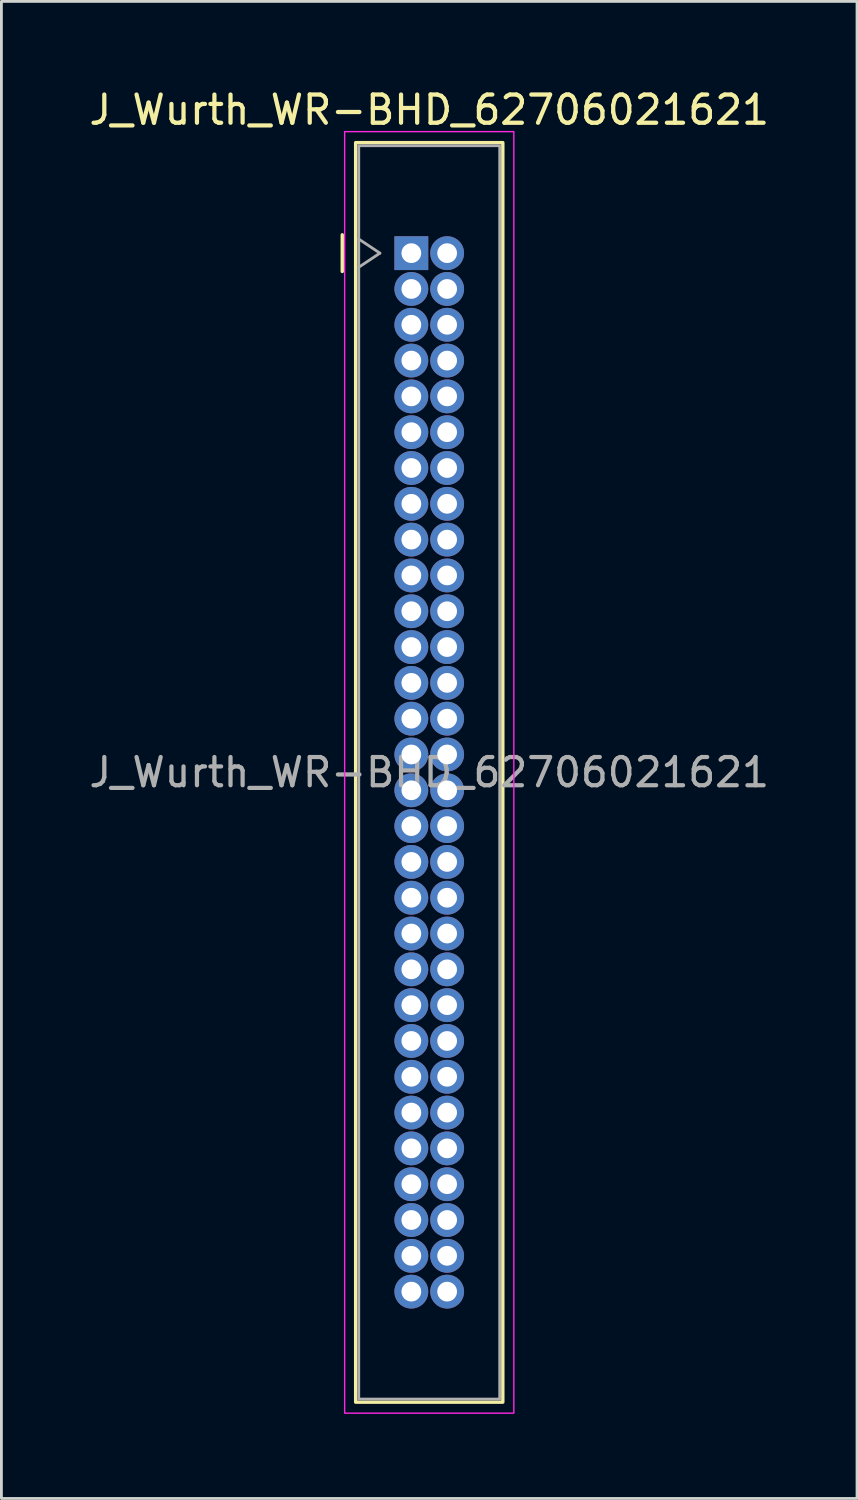
<source format=kicad_pcb>
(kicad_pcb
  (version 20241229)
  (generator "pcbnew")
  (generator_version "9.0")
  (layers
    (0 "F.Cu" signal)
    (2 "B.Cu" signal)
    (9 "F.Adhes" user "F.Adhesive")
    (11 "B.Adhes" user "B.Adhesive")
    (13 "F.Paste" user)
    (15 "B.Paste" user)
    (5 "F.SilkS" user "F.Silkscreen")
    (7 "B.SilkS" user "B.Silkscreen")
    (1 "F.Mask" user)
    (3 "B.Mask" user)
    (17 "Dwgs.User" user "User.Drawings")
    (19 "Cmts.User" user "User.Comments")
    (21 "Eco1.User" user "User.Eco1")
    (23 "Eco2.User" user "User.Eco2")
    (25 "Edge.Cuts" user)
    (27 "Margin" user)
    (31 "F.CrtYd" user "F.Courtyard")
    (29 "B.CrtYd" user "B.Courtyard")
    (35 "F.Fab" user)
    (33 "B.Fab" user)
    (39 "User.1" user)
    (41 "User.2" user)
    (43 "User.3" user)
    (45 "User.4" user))
  (footprint "J_Wurth_WR-BHD_62706021621"
    (layer "F.Cu")
    (at 11.538 5.928)
    (property "Reference" "J_Wurth_WR-BHD_62706021621" (at 0.635 -5.08 0) (unlocked yes) (layer "F.SilkS") (effects (font (size 1 1) (thickness 0.15))))
    (attr through_hole)
    (fp_line (start -2.45 -0.65) (end -2.45 0.65) (stroke (width 0.12) (type solid)) (layer "F.SilkS"))
    (fp_rect (start -1.975 -3.92) (end 3.245 40.75) (stroke (width 0.12) (type default)) (fill no) (layer "F.SilkS"))
    (fp_rect (start -2.365 -4.31) (end 3.635 41.14) (stroke (width 0.05) (type solid)) (fill no) (layer "F.CrtYd"))
    (fp_line (start -1.115 0) (end -1.865 -0.5) (stroke (width 0.1) (type solid)) (layer "F.Fab"))
    (fp_line (start -1.115 0) (end -1.865 0.5) (stroke (width 0.1) (type solid)) (layer "F.Fab"))
    (fp_rect (start -1.865 -3.81) (end 3.135 40.64) (stroke (width 0.1) (type solid)) (fill no) (layer "F.Fab"))
    (fp_text user "${REFERENCE}" (at 0.635 18.415 0) (unlocked yes) (layer "F.Fab") (effects (font (size 1 1) (thickness 0.15))))
    (pad "1" thru_hole rect (at 0 0 90) (size 1.2 1.2) (drill 0.7) (layers "*.Cu" "*.Mask"))
    (pad "2" thru_hole circle (at 1.27 0 90) (size 1.2 1.2) (drill 0.7) (layers "*.Cu" "*.Mask"))
    (pad "3" thru_hole circle (at 0 1.27 90) (size 1.2 1.2) (drill 0.7) (layers "*.Cu" "*.Mask"))
    (pad "4" thru_hole circle (at 1.27 1.27 90) (size 1.2 1.2) (drill 0.7) (layers "*.Cu" "*.Mask"))
    (pad "5" thru_hole circle (at 0 2.54 90) (size 1.2 1.2) (drill 0.7) (layers "*.Cu" "*.Mask"))
    (pad "6" thru_hole circle (at 1.27 2.54 90) (size 1.2 1.2) (drill 0.7) (layers "*.Cu" "*.Mask"))
    (pad "7" thru_hole circle (at 0 3.81 90) (size 1.2 1.2) (drill 0.7) (layers "*.Cu" "*.Mask"))
    (pad "8" thru_hole circle (at 1.27 3.81 90) (size 1.2 1.2) (drill 0.7) (layers "*.Cu" "*.Mask"))
    (pad "9" thru_hole circle (at 0 5.08 90) (size 1.2 1.2) (drill 0.7) (layers "*.Cu" "*.Mask"))
    (pad "10" thru_hole circle (at 1.27 5.08 90) (size 1.2 1.2) (drill 0.7) (layers "*.Cu" "*.Mask"))
    (pad "11" thru_hole circle (at 0 6.35 90) (size 1.2 1.2) (drill 0.7) (layers "*.Cu" "*.Mask"))
    (pad "12" thru_hole circle (at 1.27 6.35 90) (size 1.2 1.2) (drill 0.7) (layers "*.Cu" "*.Mask"))
    (pad "13" thru_hole circle (at 0 7.62 90) (size 1.2 1.2) (drill 0.7) (layers "*.Cu" "*.Mask"))
    (pad "14" thru_hole circle (at 1.27 7.62 90) (size 1.2 1.2) (drill 0.7) (layers "*.Cu" "*.Mask"))
    (pad "15" thru_hole circle (at 0 8.89 90) (size 1.2 1.2) (drill 0.7) (layers "*.Cu" "*.Mask"))
    (pad "16" thru_hole circle (at 1.27 8.89 90) (size 1.2 1.2) (drill 0.7) (layers "*.Cu" "*.Mask"))
    (pad "17" thru_hole circle (at 0 10.16 90) (size 1.2 1.2) (drill 0.7) (layers "*.Cu" "*.Mask"))
    (pad "18" thru_hole circle (at 1.27 10.16 90) (size 1.2 1.2) (drill 0.7) (layers "*.Cu" "*.Mask"))
    (pad "19" thru_hole circle (at 0 11.43 90) (size 1.2 1.2) (drill 0.7) (layers "*.Cu" "*.Mask"))
    (pad "20" thru_hole circle (at 1.27 11.43 90) (size 1.2 1.2) (drill 0.7) (layers "*.Cu" "*.Mask"))
    (pad "21" thru_hole circle (at 0 12.7 90) (size 1.2 1.2) (drill 0.7) (layers "*.Cu" "*.Mask"))
    (pad "22" thru_hole circle (at 1.27 12.7 90) (size 1.2 1.2) (drill 0.7) (layers "*.Cu" "*.Mask"))
    (pad "23" thru_hole circle (at 0 13.97 90) (size 1.2 1.2) (drill 0.7) (layers "*.Cu" "*.Mask"))
    (pad "24" thru_hole circle (at 1.27 13.97 90) (size 1.2 1.2) (drill 0.7) (layers "*.Cu" "*.Mask"))
    (pad "25" thru_hole circle (at 0 15.24 90) (size 1.2 1.2) (drill 0.7) (layers "*.Cu" "*.Mask"))
    (pad "26" thru_hole circle (at 1.27 15.24 90) (size 1.2 1.2) (drill 0.7) (layers "*.Cu" "*.Mask"))
    (pad "27" thru_hole circle (at 0 16.51 90) (size 1.2 1.2) (drill 0.7) (layers "*.Cu" "*.Mask"))
    (pad "28" thru_hole circle (at 1.27 16.51 90) (size 1.2 1.2) (drill 0.7) (layers "*.Cu" "*.Mask"))
    (pad "29" thru_hole circle (at 0 17.78 90) (size 1.2 1.2) (drill 0.7) (layers "*.Cu" "*.Mask"))
    (pad "30" thru_hole circle (at 1.27 17.78 90) (size 1.2 1.2) (drill 0.7) (layers "*.Cu" "*.Mask"))
    (pad "31" thru_hole circle (at 0 19.05 90) (size 1.2 1.2) (drill 0.7) (layers "*.Cu" "*.Mask"))
    (pad "32" thru_hole circle (at 1.27 19.05 90) (size 1.2 1.2) (drill 0.7) (layers "*.Cu" "*.Mask"))
    (pad "33" thru_hole circle (at 0 20.32 90) (size 1.2 1.2) (drill 0.7) (layers "*.Cu" "*.Mask"))
    (pad "34" thru_hole circle (at 1.27 20.32 90) (size 1.2 1.2) (drill 0.7) (layers "*.Cu" "*.Mask"))
    (pad "35" thru_hole circle (at 0 21.59 90) (size 1.2 1.2) (drill 0.7) (layers "*.Cu" "*.Mask"))
    (pad "36" thru_hole circle (at 1.27 21.59 90) (size 1.2 1.2) (drill 0.7) (layers "*.Cu" "*.Mask"))
    (pad "37" thru_hole circle (at 0 22.86 90) (size 1.2 1.2) (drill 0.7) (layers "*.Cu" "*.Mask"))
    (pad "38" thru_hole circle (at 1.27 22.86 90) (size 1.2 1.2) (drill 0.7) (layers "*.Cu" "*.Mask"))
    (pad "39" thru_hole circle (at 0 24.13 90) (size 1.2 1.2) (drill 0.7) (layers "*.Cu" "*.Mask"))
    (pad "40" thru_hole circle (at 1.27 24.13 90) (size 1.2 1.2) (drill 0.7) (layers "*.Cu" "*.Mask"))
    (pad "41" thru_hole circle (at 0 25.4 90) (size 1.2 1.2) (drill 0.7) (layers "*.Cu" "*.Mask"))
    (pad "42" thru_hole circle (at 1.27 25.4 90) (size 1.2 1.2) (drill 0.7) (layers "*.Cu" "*.Mask"))
    (pad "43" thru_hole circle (at 0 26.67 90) (size 1.2 1.2) (drill 0.7) (layers "*.Cu" "*.Mask"))
    (pad "44" thru_hole circle (at 1.27 26.67 90) (size 1.2 1.2) (drill 0.7) (layers "*.Cu" "*.Mask"))
    (pad "45" thru_hole circle (at 0 27.94 90) (size 1.2 1.2) (drill 0.7) (layers "*.Cu" "*.Mask"))
    (pad "46" thru_hole circle (at 1.27 27.94 90) (size 1.2 1.2) (drill 0.7) (layers "*.Cu" "*.Mask"))
    (pad "47" thru_hole circle (at 0 29.21 90) (size 1.2 1.2) (drill 0.7) (layers "*.Cu" "*.Mask"))
    (pad "48" thru_hole circle (at 1.27 29.21 90) (size 1.2 1.2) (drill 0.7) (layers "*.Cu" "*.Mask"))
    (pad "49" thru_hole circle (at 0 30.48 90) (size 1.2 1.2) (drill 0.7) (layers "*.Cu" "*.Mask"))
    (pad "50" thru_hole circle (at 1.27 30.48 90) (size 1.2 1.2) (drill 0.7) (layers "*.Cu" "*.Mask"))
    (pad "51" thru_hole circle (at 0 31.75 90) (size 1.2 1.2) (drill 0.7) (layers "*.Cu" "*.Mask"))
    (pad "52" thru_hole circle (at 1.27 31.75 90) (size 1.2 1.2) (drill 0.7) (layers "*.Cu" "*.Mask"))
    (pad "53" thru_hole circle (at 0 33.02 90) (size 1.2 1.2) (drill 0.7) (layers "*.Cu" "*.Mask"))
    (pad "54" thru_hole circle (at 1.27 33.02 90) (size 1.2 1.2) (drill 0.7) (layers "*.Cu" "*.Mask"))
    (pad "55" thru_hole circle (at 0 34.29 90) (size 1.2 1.2) (drill 0.7) (layers "*.Cu" "*.Mask"))
    (pad "56" thru_hole circle (at 1.27 34.29 90) (size 1.2 1.2) (drill 0.7) (layers "*.Cu" "*.Mask"))
    (pad "57" thru_hole circle (at 0 35.56 90) (size 1.2 1.2) (drill 0.7) (layers "*.Cu" "*.Mask"))
    (pad "58" thru_hole circle (at 1.27 35.56 90) (size 1.2 1.2) (drill 0.7) (layers "*.Cu" "*.Mask"))
    (pad "59" thru_hole circle (at 0 36.83 90) (size 1.2 1.2) (drill 0.7) (layers "*.Cu" "*.Mask"))
    (pad "60" thru_hole circle (at 1.27 36.83 90) (size 1.2 1.2) (drill 0.7) (layers "*.Cu" "*.Mask")))
  (gr_rect
    (start -3 -3)
    (end 27.345 50.093)
    (stroke (width 0.1) (type default))
    (fill no)
    (layer "Edge.Cuts")))
</source>
